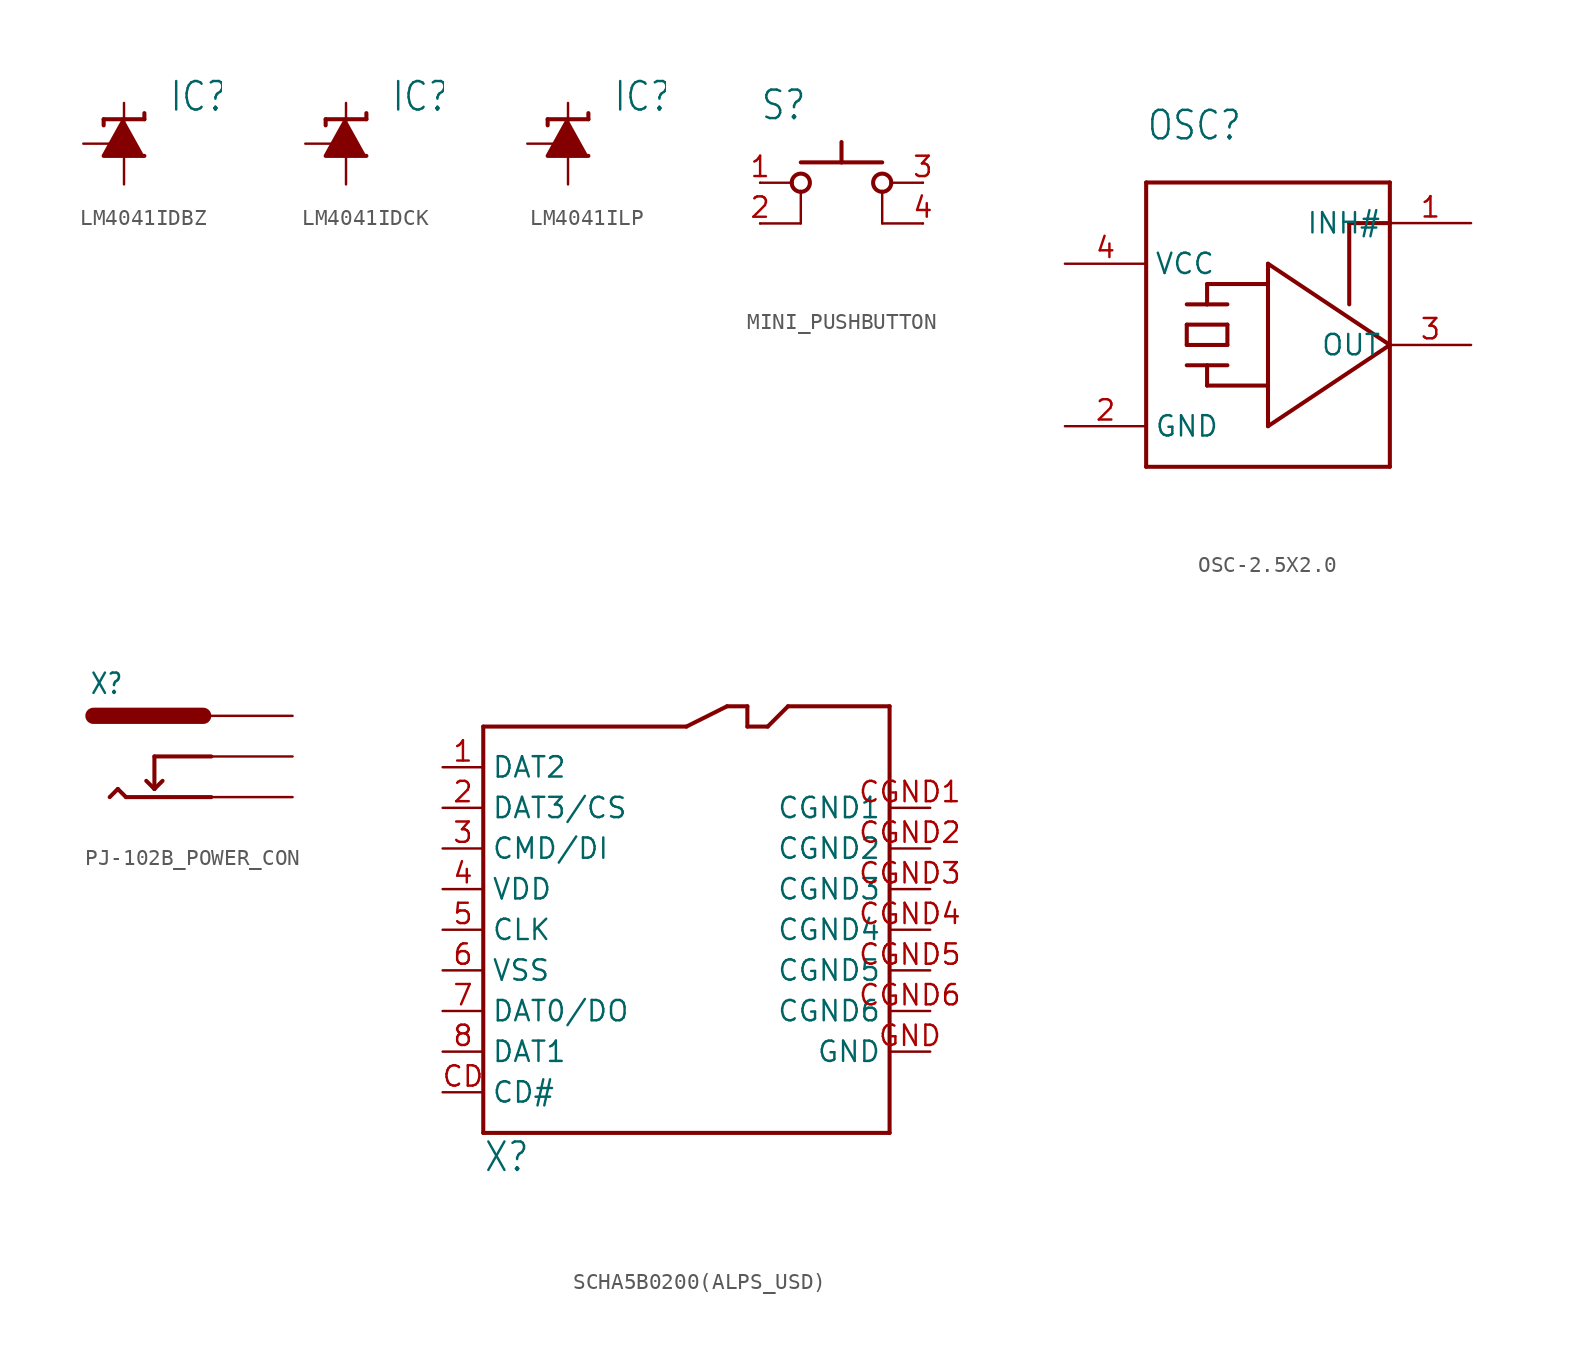
<source format=kicad_sym>
(kicad_symbol_lib
  (version 20231120)
  (generator "kicad_symbol_editor")
  (generator_version "8.0")
  (symbol "LM4041IDBZ"
    (property "Reference" "IC"
      (at 2.794 1.905 0)
      (effects (font (size 1.778 1.511)) (justify left bottom)))
    (property "Value" ""
      (at 2.794 -0.889 0)
      (effects (font (size 1.778 1.511)) (justify left bottom)))
    (property "ki_locked" ""
      (at 0 0 0)
      (effects (font (size 1.27 1.27))))
    (symbol "LM4041IDBZ_1_0"
      (polyline (pts (xy -1.27 1.524) (xy -1.27 1.143)) (stroke (width 0.254) (type solid)) (fill (type none)))
      (polyline (pts (xy 0 1.524) (xy -1.27 1.524)) (stroke (width 0.254) (type solid)) (fill (type none)))
      (polyline (pts (xy 1.27 1.524) (xy 0 1.524)) (stroke (width 0.254) (type solid)) (fill (type none)))
      (polyline (pts (xy 1.27 1.905) (xy 1.27 1.524)) (stroke (width 0.254) (type solid)) (fill (type none)))
      (polyline (pts (xy 0 1.524) (xy -1.27 -0.762) (xy 1.27 -0.762)) (stroke (width 0.254) (type solid)) (fill (type outline)))
      (pin passive line (at -2.54 0 0) (length 2.54) (name "FB" (effects (font (size 0 0)))) (number "1" (effects (font (size 0 0)))))
      (pin passive line (at 0 2.54 270) (length 2.54) (name "C" (effects (font (size 0 0)))) (number "2" (effects (font (size 0 0)))))
      (pin passive line (at 0 -2.54 90) (length 2.54) (name "A" (effects (font (size 0 0)))) (number "3" (effects (font (size 0 0)))))))
  (symbol "LM4041IDCK"
    (property "Reference" "IC"
      (at 2.794 1.905 0)
      (effects (font (size 1.778 1.511)) (justify left bottom)))
    (property "Value" ""
      (at 2.794 -0.889 0)
      (effects (font (size 1.778 1.511)) (justify left bottom)))
    (property "ki_locked" ""
      (at 0 0 0)
      (effects (font (size 1.27 1.27))))
    (symbol "LM4041IDCK_1_0"
      (polyline (pts (xy -1.27 1.524) (xy -1.27 1.143)) (stroke (width 0.254) (type solid)) (fill (type none)))
      (polyline (pts (xy 0 1.524) (xy -1.27 1.524)) (stroke (width 0.254) (type solid)) (fill (type none)))
      (polyline (pts (xy 1.27 1.524) (xy 0 1.524)) (stroke (width 0.254) (type solid)) (fill (type none)))
      (polyline (pts (xy 1.27 1.905) (xy 1.27 1.524)) (stroke (width 0.254) (type solid)) (fill (type none)))
      (polyline (pts (xy 0 1.524) (xy -1.27 -0.762) (xy 1.27 -0.762)) (stroke (width 0.254) (type solid)) (fill (type outline)))
      (pin passive line (at 0 -2.54 90) (length 2.54) (name "A" (effects (font (size 0 0)))) (number "2" (effects (font (size 0 0)))))
      (pin passive line (at 0 2.54 270) (length 2.54) (name "C" (effects (font (size 0 0)))) (number "3" (effects (font (size 0 0)))))
      (pin passive line (at -2.54 0 0) (length 2.54) (name "FB" (effects (font (size 0 0)))) (number "5" (effects (font (size 0 0)))))))
  (symbol "LM4041ILP"
    (property "Reference" "IC"
      (at 2.794 1.905 0)
      (effects (font (size 1.778 1.511)) (justify left bottom)))
    (property "Value" ""
      (at 2.794 -0.889 0)
      (effects (font (size 1.778 1.511)) (justify left bottom)))
    (property "ki_locked" ""
      (at 0 0 0)
      (effects (font (size 1.27 1.27))))
    (symbol "LM4041ILP_1_0"
      (polyline (pts (xy -1.27 1.524) (xy -1.27 1.143)) (stroke (width 0.254) (type solid)) (fill (type none)))
      (polyline (pts (xy 0 1.524) (xy -1.27 1.524)) (stroke (width 0.254) (type solid)) (fill (type none)))
      (polyline (pts (xy 1.27 1.524) (xy 0 1.524)) (stroke (width 0.254) (type solid)) (fill (type none)))
      (polyline (pts (xy 1.27 1.905) (xy 1.27 1.524)) (stroke (width 0.254) (type solid)) (fill (type none)))
      (polyline (pts (xy 0 1.524) (xy -1.27 -0.762) (xy 1.27 -0.762)) (stroke (width 0.254) (type solid)) (fill (type outline)))
      (pin passive line (at -2.54 0 0) (length 2.54) (name "FB" (effects (font (size 0 0)))) (number "1" (effects (font (size 0 0)))))
      (pin passive line (at 0 2.54 270) (length 2.54) (name "C" (effects (font (size 0 0)))) (number "2" (effects (font (size 0 0)))))
      (pin passive line (at 0 -2.54 90) (length 2.54) (name "A" (effects (font (size 0 0)))) (number "3" (effects (font (size 0 0)))))))
  (symbol "MINI_PUSHBUTTON"
    (property "Reference" "S"
      (at -5.08 3.81 0)
      (effects (font (size 1.778 1.511)) (justify left bottom)))
    (property "Value" ""
      (at -5.08 -6.35 0)
      (effects (font (size 1.778 1.511)) (justify left bottom)))
    (property "ki_locked" ""
      (at 0 0 0)
      (effects (font (size 1.27 1.27))))
    (symbol "MINI_PUSHBUTTON_1_0"
      (circle (center -2.54 0) (radius 0.568) (stroke (width 0.254) (type solid)) (fill (type none)))
      (polyline (pts (xy -5.08 -2.54) (xy -2.54 -2.54)) (stroke (width 0.152) (type solid)) (fill (type none)))
      (polyline (pts (xy -5.08 0) (xy -3.048 0)) (stroke (width 0.152) (type solid)) (fill (type none)))
      (polyline (pts (xy -2.54 -0.508) (xy -2.54 -2.54)) (stroke (width 0.152) (type solid)) (fill (type none)))
      (polyline (pts (xy -2.54 1.27) (xy 0 1.27)) (stroke (width 0.254) (type solid)) (fill (type none)))
      (polyline (pts (xy 0 1.27) (xy 2.54 1.27)) (stroke (width 0.254) (type solid)) (fill (type none)))
      (polyline (pts (xy 0 2.54) (xy 0 1.27)) (stroke (width 0.254) (type solid)) (fill (type none)))
      (polyline (pts (xy 2.54 -2.54) (xy 5.08 -2.54)) (stroke (width 0.152) (type solid)) (fill (type none)))
      (polyline (pts (xy 2.54 -0.508) (xy 2.54 -2.54)) (stroke (width 0.152) (type solid)) (fill (type none)))
      (polyline (pts (xy 3.048 0) (xy 5.08 0)) (stroke (width 0.152) (type solid)) (fill (type none)))
      (circle (center 2.54 0) (radius 0.568) (stroke (width 0.254) (type solid)) (fill (type none)))
      (pin bidirectional line (at -5.08 0 0) (length 0) (name "1" (effects (font (size 0 0)))) (number "1" (effects (font (size 1.27 1.27)))))
      (pin bidirectional line (at -5.08 -2.54 0) (length 0) (name "2" (effects (font (size 0 0)))) (number "2" (effects (font (size 1.27 1.27)))))
      (pin bidirectional line (at 5.08 0 180) (length 0) (name "3" (effects (font (size 0 0)))) (number "3" (effects (font (size 1.27 1.27)))))
      (pin bidirectional line (at 5.08 -2.54 180) (length 0) (name "4" (effects (font (size 0 0)))) (number "4" (effects (font (size 1.27 1.27)))))))
  (symbol "OSC-2.5X2.0"
    (property "Reference" "OSC"
      (at -7.62 12.7 0)
      (effects (font (size 1.778 1.511)) (justify left bottom)))
    (property "Value" ""
      (at -7.62 -10.16 0)
      (effects (font (size 1.778 1.511)) (justify left bottom)))
    (property "ki_locked" ""
      (at 0 0 0)
      (effects (font (size 1.27 1.27))))
    (symbol "OSC-2.5X2.0_1_0"
      (polyline (pts (xy -7.62 -7.62) (xy -7.62 10.16)) (stroke (width 0.254) (type solid)) (fill (type none)))
      (polyline (pts (xy -7.62 10.16) (xy 7.62 10.16)) (stroke (width 0.254) (type solid)) (fill (type none)))
      (polyline (pts (xy -5.08 -1.27) (xy -2.54 -1.27)) (stroke (width 0.254) (type solid)) (fill (type none)))
      (polyline (pts (xy -5.08 0) (xy -2.54 0)) (stroke (width 0.254) (type solid)) (fill (type none)))
      (polyline (pts (xy -5.08 1.27) (xy -5.08 0)) (stroke (width 0.254) (type solid)) (fill (type none)))
      (polyline (pts (xy -3.81 -2.54) (xy -3.81 -1.27)) (stroke (width 0.254) (type solid)) (fill (type none)))
      (polyline (pts (xy -3.81 2.54) (xy -5.08 2.54)) (stroke (width 0.254) (type solid)) (fill (type none)))
      (polyline (pts (xy -3.81 2.54) (xy -2.54 2.54)) (stroke (width 0.254) (type solid)) (fill (type none)))
      (polyline (pts (xy -3.81 3.81) (xy -3.81 2.54)) (stroke (width 0.254) (type solid)) (fill (type none)))
      (polyline (pts (xy -2.54 0) (xy -2.54 1.27)) (stroke (width 0.254) (type solid)) (fill (type none)))
      (polyline (pts (xy -2.54 1.27) (xy -5.08 1.27)) (stroke (width 0.254) (type solid)) (fill (type none)))
      (polyline (pts (xy 0 -5.08) (xy 7.62 0)) (stroke (width 0.254) (type solid)) (fill (type none)))
      (polyline (pts (xy 0 -2.54) (xy -3.81 -2.54)) (stroke (width 0.254) (type solid)) (fill (type none)))
      (polyline (pts (xy 0 -2.54) (xy 0 -5.08)) (stroke (width 0.254) (type solid)) (fill (type none)))
      (polyline (pts (xy 0 3.81) (xy -3.81 3.81)) (stroke (width 0.254) (type solid)) (fill (type none)))
      (polyline (pts (xy 0 3.81) (xy 0 -2.54)) (stroke (width 0.254) (type solid)) (fill (type none)))
      (polyline (pts (xy 0 5.08) (xy 0 3.81)) (stroke (width 0.254) (type solid)) (fill (type none)))
      (polyline (pts (xy 5.08 7.62) (xy 5.08 2.54)) (stroke (width 0.254) (type solid)) (fill (type none)))
      (polyline (pts (xy 7.62 -7.62) (xy -7.62 -7.62)) (stroke (width 0.254) (type solid)) (fill (type none)))
      (polyline (pts (xy 7.62 0) (xy 0 5.08)) (stroke (width 0.254) (type solid)) (fill (type none)))
      (polyline (pts (xy 7.62 7.62) (xy 5.08 7.62)) (stroke (width 0.254) (type solid)) (fill (type none)))
      (polyline (pts (xy 7.62 7.62) (xy 7.62 -7.62)) (stroke (width 0.254) (type solid)) (fill (type none)))
      (polyline (pts (xy 7.62 10.16) (xy 7.62 7.62)) (stroke (width 0.254) (type solid)) (fill (type none)))
      (pin bidirectional line (at 12.7 7.62 180) (length 5.08) (name "INH#" (effects (font (size 1.27 1.27)))) (number "1" (effects (font (size 1.27 1.27)))))
      (pin bidirectional line (at -12.7 -5.08 0) (length 5.08) (name "GND" (effects (font (size 1.27 1.27)))) (number "2" (effects (font (size 1.27 1.27)))))
      (pin bidirectional line (at 12.7 0 180) (length 5.08) (name "OUT" (effects (font (size 1.27 1.27)))) (number "3" (effects (font (size 1.27 1.27)))))
      (pin bidirectional line (at -12.7 5.08 0) (length 5.08) (name "VCC" (effects (font (size 1.27 1.27)))) (number "4" (effects (font (size 1.27 1.27)))))))
  (symbol "PJ-102B_POWER_CON"
    (property "Reference" "X"
      (at -7.62 1.27 0)
      (effects (font (size 1.27 1.079)) (justify left bottom)))
    (property "Value" ""
      (at -7.62 -6.858 0)
      (effects (font (size 1.27 1.079)) (justify left bottom)))
    (property "ki_locked" ""
      (at 0 0 0)
      (effects (font (size 1.27 1.27))))
    (symbol "PJ-102B_POWER_CON_1_0"
      (polyline (pts (xy -7.366 0) (xy -0.508 0)) (stroke (width 1.016) (type solid)) (fill (type none)))
      (polyline (pts (xy -5.842 -4.572) (xy -6.35 -5.08)) (stroke (width 0.254) (type solid)) (fill (type none)))
      (polyline (pts (xy -5.334 -5.08) (xy -5.842 -4.572)) (stroke (width 0.254) (type solid)) (fill (type none)))
      (polyline (pts (xy -3.556 -4.572) (xy -4.064 -4.064)) (stroke (width 0.254) (type solid)) (fill (type none)))
      (polyline (pts (xy -3.556 -4.572) (xy -3.048 -4.064)) (stroke (width 0.254) (type solid)) (fill (type none)))
      (polyline (pts (xy -3.556 -2.54) (xy -3.556 -4.572)) (stroke (width 0.254) (type solid)) (fill (type none)))
      (polyline (pts (xy 0 -5.08) (xy -5.334 -5.08)) (stroke (width 0.254) (type solid)) (fill (type none)))
      (polyline (pts (xy 0 -2.54) (xy -3.556 -2.54)) (stroke (width 0.254) (type solid)) (fill (type none)))
      (pin bidirectional line (at 5.08 0 180) (length 5.08) (name "IN" (effects (font (size 0 0)))) (number "IN" (effects (font (size 0 0)))))
      (pin bidirectional line (at 5.08 -5.08 180) (length 5.08) (name "OUT" (effects (font (size 0 0)))) (number "OUT" (effects (font (size 0 0)))))
      (pin bidirectional line (at 5.08 -2.54 180) (length 5.08) (name "OUT_CON" (effects (font (size 0 0)))) (number "OUT_CON" (effects (font (size 0 0)))))))
  (symbol "SCHA5B0200(ALPS_USD)"
    (property "Reference" "X"
      (at -12.7 -15.24 0)
      (effects (font (size 1.778 1.511)) (justify left bottom)))
    (property "Value" ""
      (at -12.7 -17.78 0)
      (effects (font (size 1.778 1.511)) (justify left bottom)))
    (property "ki_locked" ""
      (at 0 0 0)
      (effects (font (size 1.27 1.27))))
    (symbol "SCHA5B0200(ALPS_USD)_1_0"
      (polyline (pts (xy -12.7 -12.7) (xy 12.7 -12.7)) (stroke (width 0.254) (type solid)) (fill (type none)))
      (polyline (pts (xy -12.7 12.7) (xy -12.7 -12.7)) (stroke (width 0.254) (type solid)) (fill (type none)))
      (polyline (pts (xy 0 12.7) (xy -12.7 12.7)) (stroke (width 0.254) (type solid)) (fill (type none)))
      (polyline (pts (xy 2.54 13.97) (xy 0 12.7)) (stroke (width 0.254) (type solid)) (fill (type none)))
      (polyline (pts (xy 3.81 12.7) (xy 3.81 13.97)) (stroke (width 0.254) (type solid)) (fill (type none)))
      (polyline (pts (xy 3.81 13.97) (xy 2.54 13.97)) (stroke (width 0.254) (type solid)) (fill (type none)))
      (polyline (pts (xy 5.08 12.7) (xy 3.81 12.7)) (stroke (width 0.254) (type solid)) (fill (type none)))
      (polyline (pts (xy 6.35 13.97) (xy 5.08 12.7)) (stroke (width 0.254) (type solid)) (fill (type none)))
      (polyline (pts (xy 12.7 -12.7) (xy 12.7 13.97)) (stroke (width 0.254) (type solid)) (fill (type none)))
      (polyline (pts (xy 12.7 13.97) (xy 6.35 13.97)) (stroke (width 0.254) (type solid)) (fill (type none)))
      (pin bidirectional line (at -15.24 10.16 0) (length 2.54) (name "DAT2" (effects (font (size 1.27 1.27)))) (number "1" (effects (font (size 1.27 1.27)))))
      (pin bidirectional line (at -15.24 7.62 0) (length 2.54) (name "DAT3/CS" (effects (font (size 1.27 1.27)))) (number "2" (effects (font (size 1.27 1.27)))))
      (pin bidirectional line (at -15.24 5.08 0) (length 2.54) (name "CMD/DI" (effects (font (size 1.27 1.27)))) (number "3" (effects (font (size 1.27 1.27)))))
      (pin bidirectional line (at -15.24 2.54 0) (length 2.54) (name "VDD" (effects (font (size 1.27 1.27)))) (number "4" (effects (font (size 1.27 1.27)))))
      (pin bidirectional line (at -15.24 0 0) (length 2.54) (name "CLK" (effects (font (size 1.27 1.27)))) (number "5" (effects (font (size 1.27 1.27)))))
      (pin bidirectional line (at -15.24 -2.54 0) (length 2.54) (name "VSS" (effects (font (size 1.27 1.27)))) (number "6" (effects (font (size 1.27 1.27)))))
      (pin bidirectional line (at -15.24 -5.08 0) (length 2.54) (name "DAT0/DO" (effects (font (size 1.27 1.27)))) (number "7" (effects (font (size 1.27 1.27)))))
      (pin bidirectional line (at -15.24 -7.62 0) (length 2.54) (name "DAT1" (effects (font (size 1.27 1.27)))) (number "8" (effects (font (size 1.27 1.27)))))
      (pin bidirectional line (at -15.24 -10.16 0) (length 2.54) (name "CD#" (effects (font (size 1.27 1.27)))) (number "CD" (effects (font (size 1.27 1.27)))))
      (pin bidirectional line (at 15.24 7.62 180) (length 2.54) (name "CGND1" (effects (font (size 1.27 1.27)))) (number "CGND1" (effects (font (size 1.27 1.27)))))
      (pin bidirectional line (at 15.24 5.08 180) (length 2.54) (name "CGND2" (effects (font (size 1.27 1.27)))) (number "CGND2" (effects (font (size 1.27 1.27)))))
      (pin bidirectional line (at 15.24 2.54 180) (length 2.54) (name "CGND3" (effects (font (size 1.27 1.27)))) (number "CGND3" (effects (font (size 1.27 1.27)))))
      (pin bidirectional line (at 15.24 0 180) (length 2.54) (name "CGND4" (effects (font (size 1.27 1.27)))) (number "CGND4" (effects (font (size 1.27 1.27)))))
      (pin bidirectional line (at 15.24 -2.54 180) (length 2.54) (name "CGND5" (effects (font (size 1.27 1.27)))) (number "CGND5" (effects (font (size 1.27 1.27)))))
      (pin bidirectional line (at 15.24 -5.08 180) (length 2.54) (name "CGND6" (effects (font (size 1.27 1.27)))) (number "CGND6" (effects (font (size 1.27 1.27)))))
      (pin bidirectional line (at 15.24 -7.62 180) (length 2.54) (name "GND" (effects (font (size 1.27 1.27)))) (number "GND" (effects (font (size 1.27 1.27))))))))
</source>
